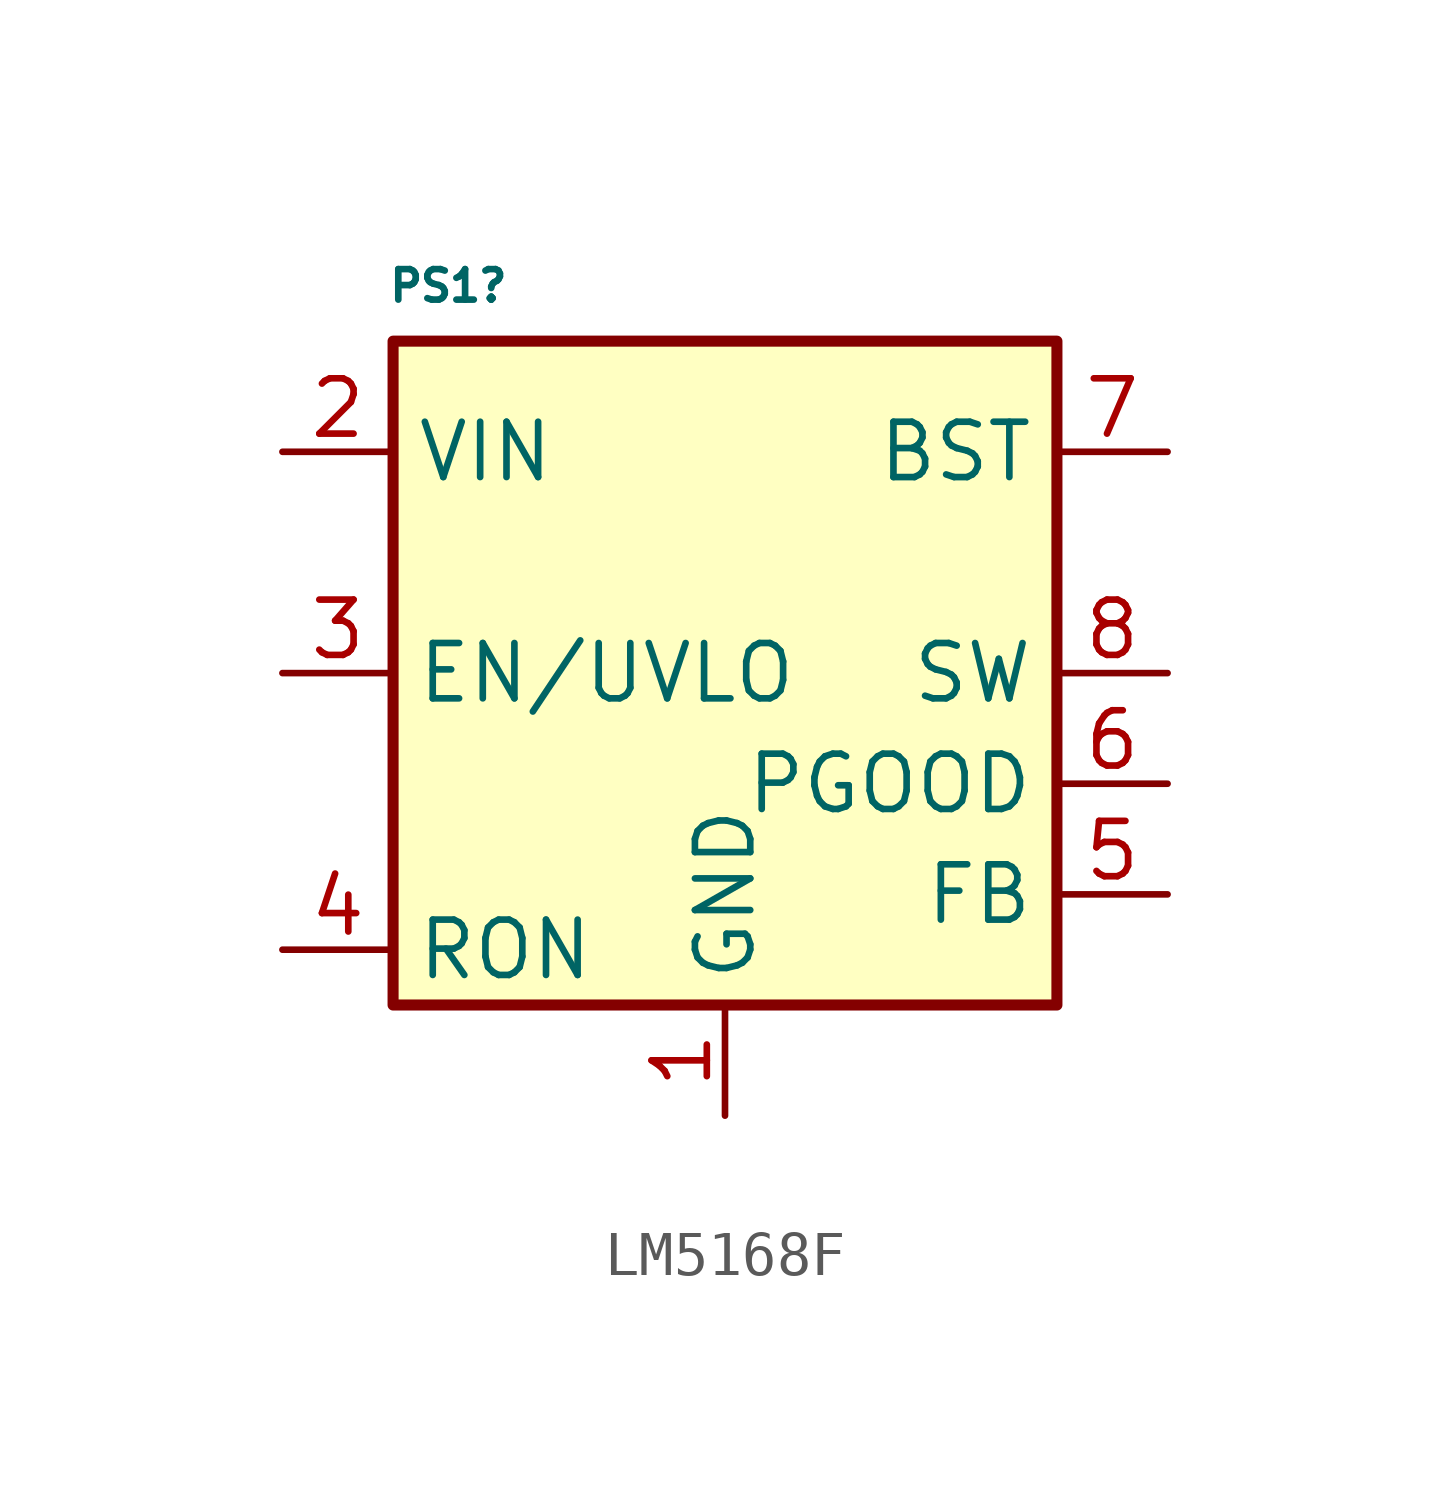
<source format=kicad_sym>
(kicad_symbol_lib
  (version 20231120)
  (generator "kicad_symbol_editor")
  (generator_version "8.0")
  (symbol "LM5168F"
    (property "Reference" "PS1"
      (at -6.35 8.89 0)
      (effects (font (size 0.7 0.7))))
    (symbol "LM5168F_1_1"
      (rectangle (start -7.62 7.62) (end 7.62 -7.62) (stroke (width 0.254) (type default)) (fill (type background)))
      (pin power_in line (at 0 -10.16 90) (length 2.54) (name "GND" (effects (font (size 1.27 1.27)))) (number "1" (effects (font (size 1.27 1.27)))))
      (pin power_in line (at -10.16 5.08 0) (length 2.54) (name "VIN" (effects (font (size 1.27 1.27)))) (number "2" (effects (font (size 1.27 1.27)))))
      (pin input line (at -10.16 0 0) (length 2.54) (name "EN/UVLO" (effects (font (size 1.27 1.27)))) (number "3" (effects (font (size 1.27 1.27)))))
      (pin input line (at -10.16 -6.35 0) (length 2.54) (name "RON" (effects (font (size 1.27 1.27)))) (number "4" (effects (font (size 1.27 1.27)))))
      (pin input line (at 10.16 -5.08 180) (length 2.54) (name "FB" (effects (font (size 1.27 1.27)))) (number "5" (effects (font (size 1.27 1.27)))))
      (pin power_out line (at 10.16 -2.54 180) (length 2.54) (name "PGOOD" (effects (font (size 1.27 1.27)))) (number "6" (effects (font (size 1.27 1.27)))))
      (pin input line (at 10.16 5.08 180) (length 2.54) (name "BST" (effects (font (size 1.27 1.27)))) (number "7" (effects (font (size 1.27 1.27)))))
      (pin power_out line (at 10.16 0 180) (length 2.54) (name "SW" (effects (font (size 1.27 1.27)))) (number "8" (effects (font (size 1.27 1.27)))))
      (pin power_in line (at 0 -10.16 90) (length 2.54) hide (name "EP" (effects (font (size 1.27 1.27)))) (number "9" (effects (font (size 1.27 1.27))))))))
</source>
